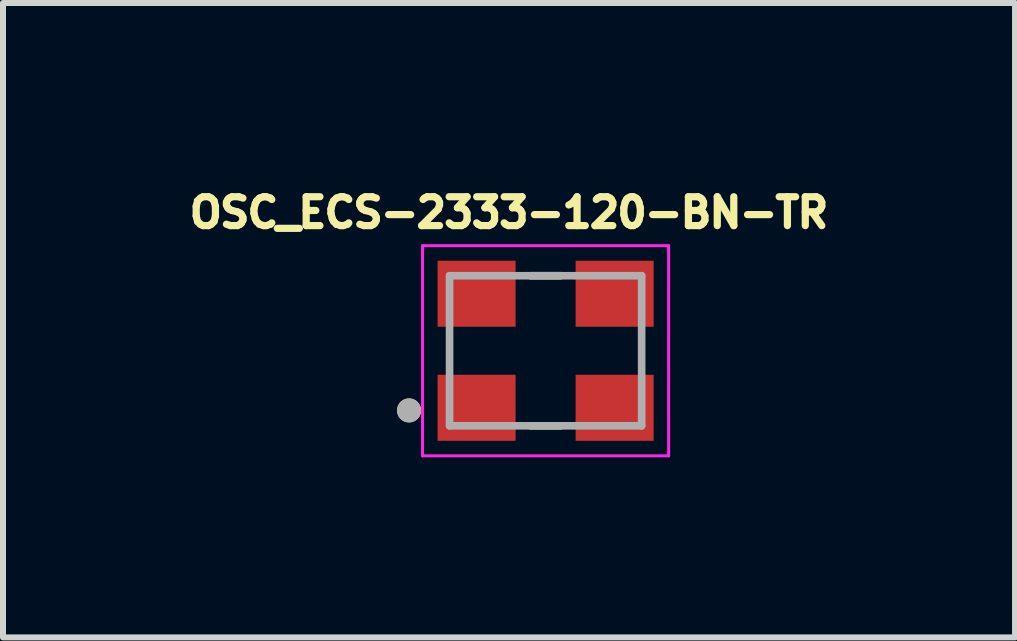
<source format=kicad_pcb>
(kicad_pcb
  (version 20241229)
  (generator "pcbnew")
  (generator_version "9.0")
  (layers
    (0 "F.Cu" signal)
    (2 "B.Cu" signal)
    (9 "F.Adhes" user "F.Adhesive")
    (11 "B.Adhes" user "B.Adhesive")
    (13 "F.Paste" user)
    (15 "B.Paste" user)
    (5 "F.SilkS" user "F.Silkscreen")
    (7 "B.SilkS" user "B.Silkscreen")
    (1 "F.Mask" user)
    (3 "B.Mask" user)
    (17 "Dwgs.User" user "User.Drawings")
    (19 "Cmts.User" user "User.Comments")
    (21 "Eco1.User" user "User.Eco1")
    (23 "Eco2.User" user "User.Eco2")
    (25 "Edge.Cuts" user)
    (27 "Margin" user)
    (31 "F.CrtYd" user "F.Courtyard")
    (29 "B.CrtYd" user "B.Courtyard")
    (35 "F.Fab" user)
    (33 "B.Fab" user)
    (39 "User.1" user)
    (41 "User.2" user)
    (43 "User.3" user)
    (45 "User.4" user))
  (footprint "OSC_ECS-2333-120-BN-TR"
    (layer "F.Cu")
    (at 6.039 2.793)
    (property "Reference" "OSC_ECS-2333-120-BN-TR" (at -0.61 -2.301 0) (layer "F.SilkS") (effects (font (size 0.481 0.481) (thickness 0.15))))
    (attr smd)
    (fp_line (start -0.25 -1.25) (end 0.25 -1.25) (stroke (width 0.127) (type solid)) (layer "F.SilkS"))
    (fp_line (start -0.25 1.25) (end 0.25 1.25) (stroke (width 0.127) (type solid)) (layer "F.SilkS"))
    (fp_circle (center -2.275 0.994) (end -2.175 0.994) (stroke (width 0.2) (type solid)) (fill no) (layer "F.SilkS"))
    (fp_line (start -2.05 -1.75) (end 2.05 -1.75) (stroke (width 0.05) (type solid)) (layer "F.CrtYd"))
    (fp_line (start -2.05 1.75) (end -2.05 -1.75) (stroke (width 0.05) (type solid)) (layer "F.CrtYd"))
    (fp_line (start 2.05 -1.75) (end 2.05 1.75) (stroke (width 0.05) (type solid)) (layer "F.CrtYd"))
    (fp_line (start 2.05 1.75) (end -2.05 1.75) (stroke (width 0.05) (type solid)) (layer "F.CrtYd"))
    (fp_line (start -1.6 -1.25) (end 1.6 -1.25) (stroke (width 0.127) (type solid)) (layer "F.Fab"))
    (fp_line (start -1.6 1.25) (end -1.6 -1.25) (stroke (width 0.127) (type solid)) (layer "F.Fab"))
    (fp_line (start 1.6 -1.25) (end 1.6 1.25) (stroke (width 0.127) (type solid)) (layer "F.Fab"))
    (fp_line (start 1.6 1.25) (end -1.6 1.25) (stroke (width 0.127) (type solid)) (layer "F.Fab"))
    (fp_circle (center -2.275 0.994) (end -2.175 0.994) (stroke (width 0.2) (type solid)) (fill no) (layer "F.Fab"))
    (pad "1" smd rect (at -1.15 0.95) (size 1.3 1.1) (layers "F.Cu" "F.Mask" "F.Paste"))
    (pad "2" smd rect (at 1.15 0.95) (size 1.3 1.1) (layers "F.Cu" "F.Mask" "F.Paste"))
    (pad "3" smd rect (at 1.15 -0.95) (size 1.3 1.1) (layers "F.Cu" "F.Mask" "F.Paste"))
    (pad "4" smd rect (at -1.15 -0.95) (size 1.3 1.1) (layers "F.Cu" "F.Mask" "F.Paste")))
  (gr_rect
    (start -3 -3)
    (end 13.859 7.568)
    (stroke (width 0.1) (type default))
    (fill no)
    (layer "Edge.Cuts")))
</source>
